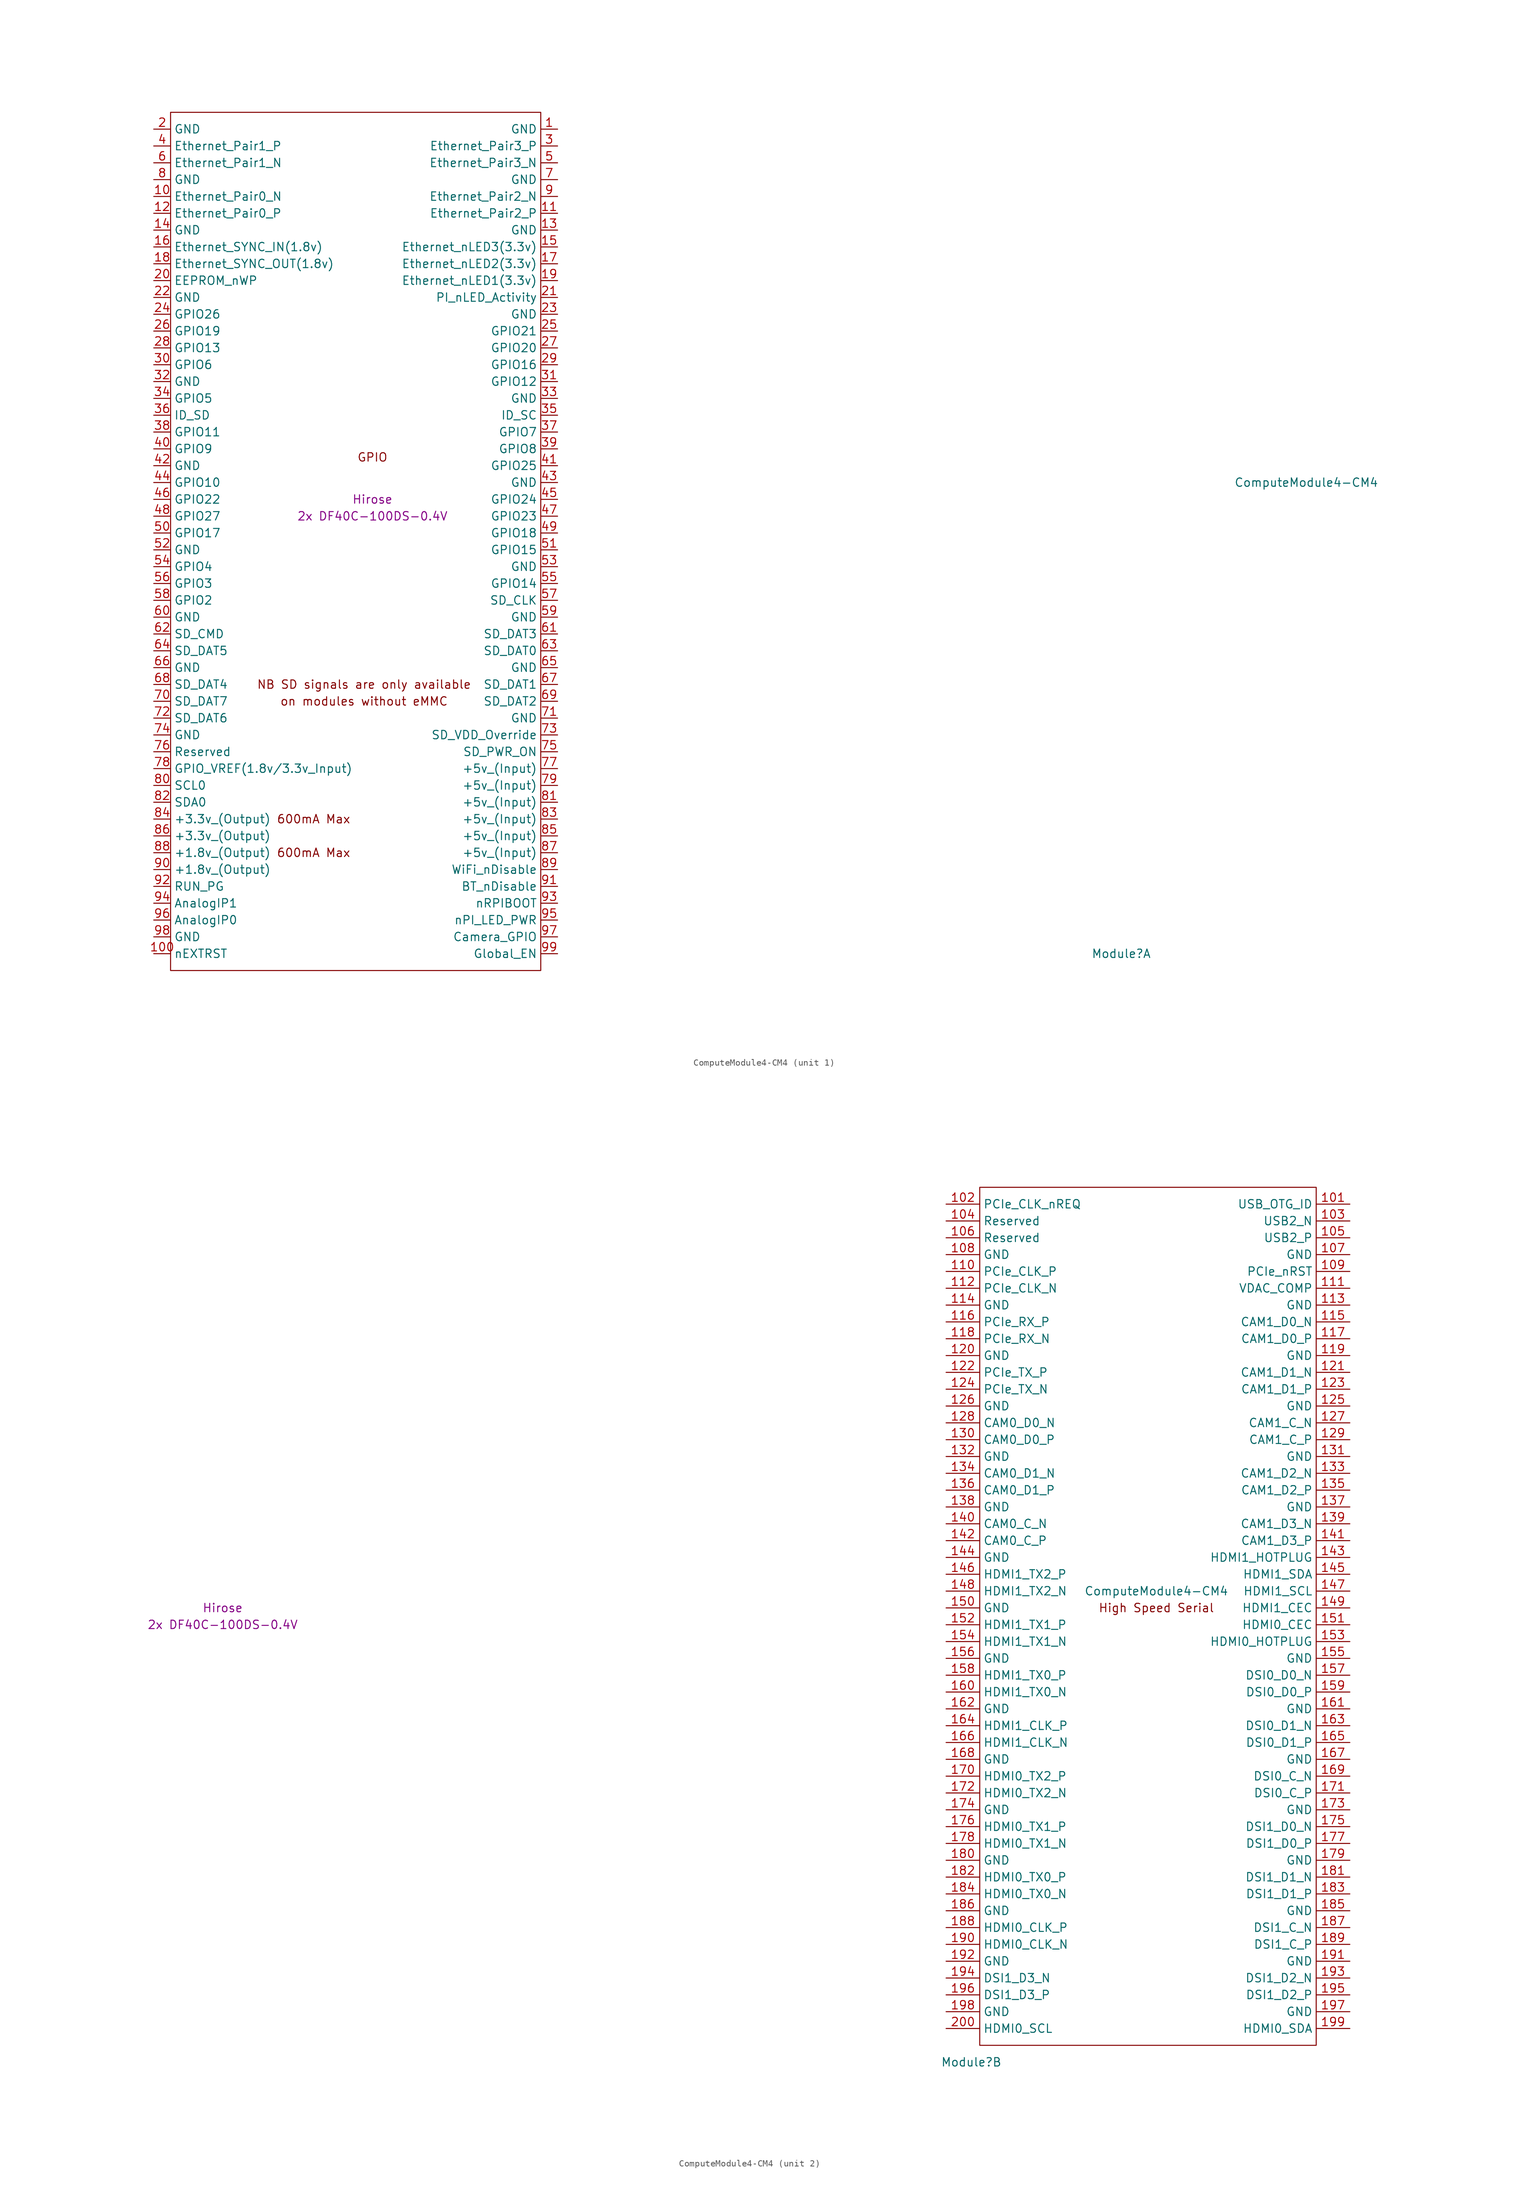
<source format=kicad_sym>
(kicad_symbol_lib
  (version 20231120)
  (generator "kicad_symbol_editor")
  (generator_version "8.0")
  (symbol "ComputeModule4-CM4"
    (property "Reference" "Module"
      (at 113.03 -68.58 0)
      (effects (font (size 1.27 1.27))))
    (property "Value" "ComputeModule4-CM4"
      (at 140.97 2.54 0)
      (effects (font (size 1.27 1.27))))
    (property "Field4" "Hirose"
      (at 0 0 0)
      (effects (font (size 1.27 1.27))))
    (property "Field5" "2x DF40C-100DS-0.4V"
      (at 0 -2.54 0)
      (effects (font (size 1.27 1.27))))
    (symbol "ComputeModule4-CM4_1_0"
      (text "GPIO" (at 0 6.35 0) (effects (font (size 1.27 1.27)))))
    (symbol "ComputeModule4-CM4_1_1"
      (rectangle (start -30.48 -71.12) (end 25.4 58.42) (stroke (width 0) (type default)) (fill (type none)))
      (text "600mA Max" (at -8.89 -53.34 0) (effects (font (size 1.27 1.27))))
      (text "600mA Max" (at -8.89 -48.26 0) (effects (font (size 1.27 1.27))))
      (text "NB SD signals are only available" (at -1.27 -27.94 0) (effects (font (size 1.27 1.27))))
      (text "on modules without eMMC" (at -1.27 -30.48 0) (effects (font (size 1.27 1.27))))
      (pin power_in line (at 27.94 55.88 180) (length 2.54) (name "GND" (effects (font (size 1.27 1.27)))) (number "1" (effects (font (size 1.27 1.27)))))
      (pin passive line (at -33.02 45.72 0) (length 2.54) (name "Ethernet_Pair0_N" (effects (font (size 1.27 1.27)))) (number "10" (effects (font (size 1.27 1.27)))))
      (pin output line (at -33.02 -68.58 0) (length 2.54) (name "nEXTRST" (effects (font (size 1.27 1.27)))) (number "100" (effects (font (size 1.27 1.27)))))
      (pin passive line (at 27.94 43.18 180) (length 2.54) (name "Ethernet_Pair2_P" (effects (font (size 1.27 1.27)))) (number "11" (effects (font (size 1.27 1.27)))))
      (pin passive line (at -33.02 43.18 0) (length 2.54) (name "Ethernet_Pair0_P" (effects (font (size 1.27 1.27)))) (number "12" (effects (font (size 1.27 1.27)))))
      (pin power_in line (at 27.94 40.64 180) (length 2.54) (name "GND" (effects (font (size 1.27 1.27)))) (number "13" (effects (font (size 1.27 1.27)))))
      (pin power_in line (at -33.02 40.64 0) (length 2.54) (name "GND" (effects (font (size 1.27 1.27)))) (number "14" (effects (font (size 1.27 1.27)))))
      (pin output line (at 27.94 38.1 180) (length 2.54) (name "Ethernet_nLED3(3.3v)" (effects (font (size 1.27 1.27)))) (number "15" (effects (font (size 1.27 1.27)))))
      (pin input line (at -33.02 38.1 0) (length 2.54) (name "Ethernet_SYNC_IN(1.8v)" (effects (font (size 1.27 1.27)))) (number "16" (effects (font (size 1.27 1.27)))))
      (pin output line (at 27.94 35.56 180) (length 2.54) (name "Ethernet_nLED2(3.3v)" (effects (font (size 1.27 1.27)))) (number "17" (effects (font (size 1.27 1.27)))))
      (pin input line (at -33.02 35.56 0) (length 2.54) (name "Ethernet_SYNC_OUT(1.8v)" (effects (font (size 1.27 1.27)))) (number "18" (effects (font (size 1.27 1.27)))))
      (pin output line (at 27.94 33.02 180) (length 2.54) (name "Ethernet_nLED1(3.3v)" (effects (font (size 1.27 1.27)))) (number "19" (effects (font (size 1.27 1.27)))))
      (pin power_in line (at -33.02 55.88 0) (length 2.54) (name "GND" (effects (font (size 1.27 1.27)))) (number "2" (effects (font (size 1.27 1.27)))))
      (pin passive line (at -33.02 33.02 0) (length 2.54) (name "EEPROM_nWP" (effects (font (size 1.27 1.27)))) (number "20" (effects (font (size 1.27 1.27)))))
      (pin open_collector line (at 27.94 30.48 180) (length 2.54) (name "PI_nLED_Activity" (effects (font (size 1.27 1.27)))) (number "21" (effects (font (size 1.27 1.27)))))
      (pin power_in line (at -33.02 30.48 0) (length 2.54) (name "GND" (effects (font (size 1.27 1.27)))) (number "22" (effects (font (size 1.27 1.27)))))
      (pin power_in line (at 27.94 27.94 180) (length 2.54) (name "GND" (effects (font (size 1.27 1.27)))) (number "23" (effects (font (size 1.27 1.27)))))
      (pin passive line (at -33.02 27.94 0) (length 2.54) (name "GPIO26" (effects (font (size 1.27 1.27)))) (number "24" (effects (font (size 1.27 1.27)))))
      (pin passive line (at 27.94 25.4 180) (length 2.54) (name "GPIO21" (effects (font (size 1.27 1.27)))) (number "25" (effects (font (size 1.27 1.27)))))
      (pin passive line (at -33.02 25.4 0) (length 2.54) (name "GPIO19" (effects (font (size 1.27 1.27)))) (number "26" (effects (font (size 1.27 1.27)))))
      (pin passive line (at 27.94 22.86 180) (length 2.54) (name "GPIO20" (effects (font (size 1.27 1.27)))) (number "27" (effects (font (size 1.27 1.27)))))
      (pin passive line (at -33.02 22.86 0) (length 2.54) (name "GPIO13" (effects (font (size 1.27 1.27)))) (number "28" (effects (font (size 1.27 1.27)))))
      (pin passive line (at 27.94 20.32 180) (length 2.54) (name "GPIO16" (effects (font (size 1.27 1.27)))) (number "29" (effects (font (size 1.27 1.27)))))
      (pin passive line (at 27.94 53.34 180) (length 2.54) (name "Ethernet_Pair3_P" (effects (font (size 1.27 1.27)))) (number "3" (effects (font (size 1.27 1.27)))))
      (pin passive line (at -33.02 20.32 0) (length 2.54) (name "GPIO6" (effects (font (size 1.27 1.27)))) (number "30" (effects (font (size 1.27 1.27)))))
      (pin passive line (at 27.94 17.78 180) (length 2.54) (name "GPIO12" (effects (font (size 1.27 1.27)))) (number "31" (effects (font (size 1.27 1.27)))))
      (pin power_in line (at -33.02 17.78 0) (length 2.54) (name "GND" (effects (font (size 1.27 1.27)))) (number "32" (effects (font (size 1.27 1.27)))))
      (pin power_in line (at 27.94 15.24 180) (length 2.54) (name "GND" (effects (font (size 1.27 1.27)))) (number "33" (effects (font (size 1.27 1.27)))))
      (pin passive line (at -33.02 15.24 0) (length 2.54) (name "GPIO5" (effects (font (size 1.27 1.27)))) (number "34" (effects (font (size 1.27 1.27)))))
      (pin passive line (at 27.94 12.7 180) (length 2.54) (name "ID_SC" (effects (font (size 1.27 1.27)))) (number "35" (effects (font (size 1.27 1.27)))))
      (pin passive line (at -33.02 12.7 0) (length 2.54) (name "ID_SD" (effects (font (size 1.27 1.27)))) (number "36" (effects (font (size 1.27 1.27)))))
      (pin passive line (at 27.94 10.16 180) (length 2.54) (name "GPIO7" (effects (font (size 1.27 1.27)))) (number "37" (effects (font (size 1.27 1.27)))))
      (pin passive line (at -33.02 10.16 0) (length 2.54) (name "GPIO11" (effects (font (size 1.27 1.27)))) (number "38" (effects (font (size 1.27 1.27)))))
      (pin passive line (at 27.94 7.62 180) (length 2.54) (name "GPIO8" (effects (font (size 1.27 1.27)))) (number "39" (effects (font (size 1.27 1.27)))))
      (pin passive line (at -33.02 53.34 0) (length 2.54) (name "Ethernet_Pair1_P" (effects (font (size 1.27 1.27)))) (number "4" (effects (font (size 1.27 1.27)))))
      (pin passive line (at -33.02 7.62 0) (length 2.54) (name "GPIO9" (effects (font (size 1.27 1.27)))) (number "40" (effects (font (size 1.27 1.27)))))
      (pin passive line (at 27.94 5.08 180) (length 2.54) (name "GPIO25" (effects (font (size 1.27 1.27)))) (number "41" (effects (font (size 1.27 1.27)))))
      (pin power_in line (at -33.02 5.08 0) (length 2.54) (name "GND" (effects (font (size 1.27 1.27)))) (number "42" (effects (font (size 1.27 1.27)))))
      (pin power_in line (at 27.94 2.54 180) (length 2.54) (name "GND" (effects (font (size 1.27 1.27)))) (number "43" (effects (font (size 1.27 1.27)))))
      (pin passive line (at -33.02 2.54 0) (length 2.54) (name "GPIO10" (effects (font (size 1.27 1.27)))) (number "44" (effects (font (size 1.27 1.27)))))
      (pin passive line (at 27.94 0 180) (length 2.54) (name "GPIO24" (effects (font (size 1.27 1.27)))) (number "45" (effects (font (size 1.27 1.27)))))
      (pin passive line (at -33.02 0 0) (length 2.54) (name "GPIO22" (effects (font (size 1.27 1.27)))) (number "46" (effects (font (size 1.27 1.27)))))
      (pin passive line (at 27.94 -2.54 180) (length 2.54) (name "GPIO23" (effects (font (size 1.27 1.27)))) (number "47" (effects (font (size 1.27 1.27)))))
      (pin passive line (at -33.02 -2.54 0) (length 2.54) (name "GPIO27" (effects (font (size 1.27 1.27)))) (number "48" (effects (font (size 1.27 1.27)))))
      (pin passive line (at 27.94 -5.08 180) (length 2.54) (name "GPIO18" (effects (font (size 1.27 1.27)))) (number "49" (effects (font (size 1.27 1.27)))))
      (pin passive line (at 27.94 50.8 180) (length 2.54) (name "Ethernet_Pair3_N" (effects (font (size 1.27 1.27)))) (number "5" (effects (font (size 1.27 1.27)))))
      (pin passive line (at -33.02 -5.08 0) (length 2.54) (name "GPIO17" (effects (font (size 1.27 1.27)))) (number "50" (effects (font (size 1.27 1.27)))))
      (pin passive line (at 27.94 -7.62 180) (length 2.54) (name "GPIO15" (effects (font (size 1.27 1.27)))) (number "51" (effects (font (size 1.27 1.27)))))
      (pin power_in line (at -33.02 -7.62 0) (length 2.54) (name "GND" (effects (font (size 1.27 1.27)))) (number "52" (effects (font (size 1.27 1.27)))))
      (pin power_in line (at 27.94 -10.16 180) (length 2.54) (name "GND" (effects (font (size 1.27 1.27)))) (number "53" (effects (font (size 1.27 1.27)))))
      (pin passive line (at -33.02 -10.16 0) (length 2.54) (name "GPIO4" (effects (font (size 1.27 1.27)))) (number "54" (effects (font (size 1.27 1.27)))))
      (pin passive line (at 27.94 -12.7 180) (length 2.54) (name "GPIO14" (effects (font (size 1.27 1.27)))) (number "55" (effects (font (size 1.27 1.27)))))
      (pin passive line (at -33.02 -12.7 0) (length 2.54) (name "GPIO3" (effects (font (size 1.27 1.27)))) (number "56" (effects (font (size 1.27 1.27)))))
      (pin passive line (at 27.94 -15.24 180) (length 2.54) (name "SD_CLK" (effects (font (size 1.27 1.27)))) (number "57" (effects (font (size 1.27 1.27)))))
      (pin passive line (at -33.02 -15.24 0) (length 2.54) (name "GPIO2" (effects (font (size 1.27 1.27)))) (number "58" (effects (font (size 1.27 1.27)))))
      (pin power_in line (at 27.94 -17.78 180) (length 2.54) (name "GND" (effects (font (size 1.27 1.27)))) (number "59" (effects (font (size 1.27 1.27)))))
      (pin passive line (at -33.02 50.8 0) (length 2.54) (name "Ethernet_Pair1_N" (effects (font (size 1.27 1.27)))) (number "6" (effects (font (size 1.27 1.27)))))
      (pin power_in line (at -33.02 -17.78 0) (length 2.54) (name "GND" (effects (font (size 1.27 1.27)))) (number "60" (effects (font (size 1.27 1.27)))))
      (pin passive line (at 27.94 -20.32 180) (length 2.54) (name "SD_DAT3" (effects (font (size 1.27 1.27)))) (number "61" (effects (font (size 1.27 1.27)))))
      (pin passive line (at -33.02 -20.32 0) (length 2.54) (name "SD_CMD" (effects (font (size 1.27 1.27)))) (number "62" (effects (font (size 1.27 1.27)))))
      (pin passive line (at 27.94 -22.86 180) (length 2.54) (name "SD_DAT0" (effects (font (size 1.27 1.27)))) (number "63" (effects (font (size 1.27 1.27)))))
      (pin passive line (at -33.02 -22.86 0) (length 2.54) (name "SD_DAT5" (effects (font (size 1.27 1.27)))) (number "64" (effects (font (size 1.27 1.27)))))
      (pin power_in line (at 27.94 -25.4 180) (length 2.54) (name "GND" (effects (font (size 1.27 1.27)))) (number "65" (effects (font (size 1.27 1.27)))))
      (pin power_in line (at -33.02 -25.4 0) (length 2.54) (name "GND" (effects (font (size 1.27 1.27)))) (number "66" (effects (font (size 1.27 1.27)))))
      (pin passive line (at 27.94 -27.94 180) (length 2.54) (name "SD_DAT1" (effects (font (size 1.27 1.27)))) (number "67" (effects (font (size 1.27 1.27)))))
      (pin passive line (at -33.02 -27.94 0) (length 2.54) (name "SD_DAT4" (effects (font (size 1.27 1.27)))) (number "68" (effects (font (size 1.27 1.27)))))
      (pin passive line (at 27.94 -30.48 180) (length 2.54) (name "SD_DAT2" (effects (font (size 1.27 1.27)))) (number "69" (effects (font (size 1.27 1.27)))))
      (pin power_in line (at 27.94 48.26 180) (length 2.54) (name "GND" (effects (font (size 1.27 1.27)))) (number "7" (effects (font (size 1.27 1.27)))))
      (pin passive line (at -33.02 -30.48 0) (length 2.54) (name "SD_DAT7" (effects (font (size 1.27 1.27)))) (number "70" (effects (font (size 1.27 1.27)))))
      (pin power_in line (at 27.94 -33.02 180) (length 2.54) (name "GND" (effects (font (size 1.27 1.27)))) (number "71" (effects (font (size 1.27 1.27)))))
      (pin passive line (at -33.02 -33.02 0) (length 2.54) (name "SD_DAT6" (effects (font (size 1.27 1.27)))) (number "72" (effects (font (size 1.27 1.27)))))
      (pin input line (at 27.94 -35.56 180) (length 2.54) (name "SD_VDD_Override" (effects (font (size 1.27 1.27)))) (number "73" (effects (font (size 1.27 1.27)))))
      (pin power_in line (at -33.02 -35.56 0) (length 2.54) (name "GND" (effects (font (size 1.27 1.27)))) (number "74" (effects (font (size 1.27 1.27)))))
      (pin output line (at 27.94 -38.1 180) (length 2.54) (name "SD_PWR_ON" (effects (font (size 1.27 1.27)))) (number "75" (effects (font (size 1.27 1.27)))))
      (pin passive line (at -33.02 -38.1 0) (length 2.54) (name "Reserved" (effects (font (size 1.27 1.27)))) (number "76" (effects (font (size 1.27 1.27)))))
      (pin power_in line (at 27.94 -40.64 180) (length 2.54) (name "+5v_(Input)" (effects (font (size 1.27 1.27)))) (number "77" (effects (font (size 1.27 1.27)))))
      (pin power_in line (at -33.02 -40.64 0) (length 2.54) (name "GPIO_VREF(1.8v/3.3v_Input)" (effects (font (size 1.27 1.27)))) (number "78" (effects (font (size 1.27 1.27)))))
      (pin power_in line (at 27.94 -43.18 180) (length 2.54) (name "+5v_(Input)" (effects (font (size 1.27 1.27)))) (number "79" (effects (font (size 1.27 1.27)))))
      (pin power_in line (at -33.02 48.26 0) (length 2.54) (name "GND" (effects (font (size 1.27 1.27)))) (number "8" (effects (font (size 1.27 1.27)))))
      (pin passive line (at -33.02 -43.18 0) (length 2.54) (name "SCL0" (effects (font (size 1.27 1.27)))) (number "80" (effects (font (size 1.27 1.27)))))
      (pin power_in line (at 27.94 -45.72 180) (length 2.54) (name "+5v_(Input)" (effects (font (size 1.27 1.27)))) (number "81" (effects (font (size 1.27 1.27)))))
      (pin passive line (at -33.02 -45.72 0) (length 2.54) (name "SDA0" (effects (font (size 1.27 1.27)))) (number "82" (effects (font (size 1.27 1.27)))))
      (pin power_in line (at 27.94 -48.26 180) (length 2.54) (name "+5v_(Input)" (effects (font (size 1.27 1.27)))) (number "83" (effects (font (size 1.27 1.27)))))
      (pin power_out line (at -33.02 -48.26 0) (length 2.54) (name "+3.3v_(Output)" (effects (font (size 1.27 1.27)))) (number "84" (effects (font (size 1.27 1.27)))))
      (pin power_in line (at 27.94 -50.8 180) (length 2.54) (name "+5v_(Input)" (effects (font (size 1.27 1.27)))) (number "85" (effects (font (size 1.27 1.27)))))
      (pin power_out line (at -33.02 -50.8 0) (length 2.54) (name "+3.3v_(Output)" (effects (font (size 1.27 1.27)))) (number "86" (effects (font (size 1.27 1.27)))))
      (pin power_in line (at 27.94 -53.34 180) (length 2.54) (name "+5v_(Input)" (effects (font (size 1.27 1.27)))) (number "87" (effects (font (size 1.27 1.27)))))
      (pin power_out line (at -33.02 -53.34 0) (length 2.54) (name "+1.8v_(Output)" (effects (font (size 1.27 1.27)))) (number "88" (effects (font (size 1.27 1.27)))))
      (pin power_in line (at 27.94 -55.88 180) (length 2.54) (name "WiFi_nDisable" (effects (font (size 1.27 1.27)))) (number "89" (effects (font (size 1.27 1.27)))))
      (pin passive line (at 27.94 45.72 180) (length 2.54) (name "Ethernet_Pair2_N" (effects (font (size 1.27 1.27)))) (number "9" (effects (font (size 1.27 1.27)))))
      (pin power_out line (at -33.02 -55.88 0) (length 2.54) (name "+1.8v_(Output)" (effects (font (size 1.27 1.27)))) (number "90" (effects (font (size 1.27 1.27)))))
      (pin power_in line (at 27.94 -58.42 180) (length 2.54) (name "BT_nDisable" (effects (font (size 1.27 1.27)))) (number "91" (effects (font (size 1.27 1.27)))))
      (pin passive line (at -33.02 -58.42 0) (length 2.54) (name "RUN_PG" (effects (font (size 1.27 1.27)))) (number "92" (effects (font (size 1.27 1.27)))))
      (pin input line (at 27.94 -60.96 180) (length 2.54) (name "nRPIBOOT" (effects (font (size 1.27 1.27)))) (number "93" (effects (font (size 1.27 1.27)))))
      (pin passive line (at -33.02 -60.96 0) (length 2.54) (name "AnalogIP1" (effects (font (size 1.27 1.27)))) (number "94" (effects (font (size 1.27 1.27)))))
      (pin output line (at 27.94 -63.5 180) (length 2.54) (name "nPI_LED_PWR" (effects (font (size 1.27 1.27)))) (number "95" (effects (font (size 1.27 1.27)))))
      (pin passive line (at -33.02 -63.5 0) (length 2.54) (name "AnalogIP0" (effects (font (size 1.27 1.27)))) (number "96" (effects (font (size 1.27 1.27)))))
      (pin passive line (at 27.94 -66.04 180) (length 2.54) (name "Camera_GPIO" (effects (font (size 1.27 1.27)))) (number "97" (effects (font (size 1.27 1.27)))))
      (pin power_in line (at -33.02 -66.04 0) (length 2.54) (name "GND" (effects (font (size 1.27 1.27)))) (number "98" (effects (font (size 1.27 1.27)))))
      (pin input line (at 27.94 -68.58 180) (length 2.54) (name "Global_EN" (effects (font (size 1.27 1.27)))) (number "99" (effects (font (size 1.27 1.27))))))
    (symbol "ComputeModule4-CM4_2_1"
      (rectangle (start 114.3 -66.04) (end 165.1 63.5) (stroke (width 0) (type default)) (fill (type none)))
      (text "High Speed Serial" (at 140.97 0 0) (effects (font (size 1.27 1.27))))
      (pin input line (at 170.18 60.96 180) (length 5.08) (name "USB_OTG_ID" (effects (font (size 1.27 1.27)))) (number "101" (effects (font (size 1.27 1.27)))))
      (pin input line (at 109.22 60.96 0) (length 5.08) (name "PCIe_CLK_nREQ" (effects (font (size 1.27 1.27)))) (number "102" (effects (font (size 1.27 1.27)))))
      (pin passive line (at 170.18 58.42 180) (length 5.08) (name "USB2_N" (effects (font (size 1.27 1.27)))) (number "103" (effects (font (size 1.27 1.27)))))
      (pin passive line (at 109.22 58.42 0) (length 5.08) (name "Reserved" (effects (font (size 1.27 1.27)))) (number "104" (effects (font (size 1.27 1.27)))))
      (pin passive line (at 170.18 55.88 180) (length 5.08) (name "USB2_P" (effects (font (size 1.27 1.27)))) (number "105" (effects (font (size 1.27 1.27)))))
      (pin passive line (at 109.22 55.88 0) (length 5.08) (name "Reserved" (effects (font (size 1.27 1.27)))) (number "106" (effects (font (size 1.27 1.27)))))
      (pin power_in line (at 170.18 53.34 180) (length 5.08) (name "GND" (effects (font (size 1.27 1.27)))) (number "107" (effects (font (size 1.27 1.27)))))
      (pin power_in line (at 109.22 53.34 0) (length 5.08) (name "GND" (effects (font (size 1.27 1.27)))) (number "108" (effects (font (size 1.27 1.27)))))
      (pin bidirectional line (at 170.18 50.8 180) (length 5.08) (name "PCIe_nRST" (effects (font (size 1.27 1.27)))) (number "109" (effects (font (size 1.27 1.27)))))
      (pin output line (at 109.22 50.8 0) (length 5.08) (name "PCIe_CLK_P" (effects (font (size 1.27 1.27)))) (number "110" (effects (font (size 1.27 1.27)))))
      (pin passive line (at 170.18 48.26 180) (length 5.08) (name "VDAC_COMP" (effects (font (size 1.27 1.27)))) (number "111" (effects (font (size 1.27 1.27)))))
      (pin output line (at 109.22 48.26 0) (length 5.08) (name "PCIe_CLK_N" (effects (font (size 1.27 1.27)))) (number "112" (effects (font (size 1.27 1.27)))))
      (pin power_in line (at 170.18 45.72 180) (length 5.08) (name "GND" (effects (font (size 1.27 1.27)))) (number "113" (effects (font (size 1.27 1.27)))))
      (pin power_in line (at 109.22 45.72 0) (length 5.08) (name "GND" (effects (font (size 1.27 1.27)))) (number "114" (effects (font (size 1.27 1.27)))))
      (pin input line (at 170.18 43.18 180) (length 5.08) (name "CAM1_D0_N" (effects (font (size 1.27 1.27)))) (number "115" (effects (font (size 1.27 1.27)))))
      (pin input line (at 109.22 43.18 0) (length 5.08) (name "PCIe_RX_P" (effects (font (size 1.27 1.27)))) (number "116" (effects (font (size 1.27 1.27)))))
      (pin input line (at 170.18 40.64 180) (length 5.08) (name "CAM1_D0_P" (effects (font (size 1.27 1.27)))) (number "117" (effects (font (size 1.27 1.27)))))
      (pin input line (at 109.22 40.64 0) (length 5.08) (name "PCIe_RX_N" (effects (font (size 1.27 1.27)))) (number "118" (effects (font (size 1.27 1.27)))))
      (pin power_in line (at 170.18 38.1 180) (length 5.08) (name "GND" (effects (font (size 1.27 1.27)))) (number "119" (effects (font (size 1.27 1.27)))))
      (pin power_in line (at 109.22 38.1 0) (length 5.08) (name "GND" (effects (font (size 1.27 1.27)))) (number "120" (effects (font (size 1.27 1.27)))))
      (pin input line (at 170.18 35.56 180) (length 5.08) (name "CAM1_D1_N" (effects (font (size 1.27 1.27)))) (number "121" (effects (font (size 1.27 1.27)))))
      (pin output line (at 109.22 35.56 0) (length 5.08) (name "PCIe_TX_P" (effects (font (size 1.27 1.27)))) (number "122" (effects (font (size 1.27 1.27)))))
      (pin input line (at 170.18 33.02 180) (length 5.08) (name "CAM1_D1_P" (effects (font (size 1.27 1.27)))) (number "123" (effects (font (size 1.27 1.27)))))
      (pin output line (at 109.22 33.02 0) (length 5.08) (name "PCIe_TX_N" (effects (font (size 1.27 1.27)))) (number "124" (effects (font (size 1.27 1.27)))))
      (pin power_in line (at 170.18 30.48 180) (length 5.08) (name "GND" (effects (font (size 1.27 1.27)))) (number "125" (effects (font (size 1.27 1.27)))))
      (pin power_in line (at 109.22 30.48 0) (length 5.08) (name "GND" (effects (font (size 1.27 1.27)))) (number "126" (effects (font (size 1.27 1.27)))))
      (pin input line (at 170.18 27.94 180) (length 5.08) (name "CAM1_C_N" (effects (font (size 1.27 1.27)))) (number "127" (effects (font (size 1.27 1.27)))))
      (pin input line (at 109.22 27.94 0) (length 5.08) (name "CAM0_D0_N" (effects (font (size 1.27 1.27)))) (number "128" (effects (font (size 1.27 1.27)))))
      (pin input line (at 170.18 25.4 180) (length 5.08) (name "CAM1_C_P" (effects (font (size 1.27 1.27)))) (number "129" (effects (font (size 1.27 1.27)))))
      (pin input line (at 109.22 25.4 0) (length 5.08) (name "CAM0_D0_P" (effects (font (size 1.27 1.27)))) (number "130" (effects (font (size 1.27 1.27)))))
      (pin power_in line (at 170.18 22.86 180) (length 5.08) (name "GND" (effects (font (size 1.27 1.27)))) (number "131" (effects (font (size 1.27 1.27)))))
      (pin power_in line (at 109.22 22.86 0) (length 5.08) (name "GND" (effects (font (size 1.27 1.27)))) (number "132" (effects (font (size 1.27 1.27)))))
      (pin input line (at 170.18 20.32 180) (length 5.08) (name "CAM1_D2_N" (effects (font (size 1.27 1.27)))) (number "133" (effects (font (size 1.27 1.27)))))
      (pin input line (at 109.22 20.32 0) (length 5.08) (name "CAM0_D1_N" (effects (font (size 1.27 1.27)))) (number "134" (effects (font (size 1.27 1.27)))))
      (pin input line (at 170.18 17.78 180) (length 5.08) (name "CAM1_D2_P" (effects (font (size 1.27 1.27)))) (number "135" (effects (font (size 1.27 1.27)))))
      (pin input line (at 109.22 17.78 0) (length 5.08) (name "CAM0_D1_P" (effects (font (size 1.27 1.27)))) (number "136" (effects (font (size 1.27 1.27)))))
      (pin power_in line (at 170.18 15.24 180) (length 5.08) (name "GND" (effects (font (size 1.27 1.27)))) (number "137" (effects (font (size 1.27 1.27)))))
      (pin power_in line (at 109.22 15.24 0) (length 5.08) (name "GND" (effects (font (size 1.27 1.27)))) (number "138" (effects (font (size 1.27 1.27)))))
      (pin input line (at 170.18 12.7 180) (length 5.08) (name "CAM1_D3_N" (effects (font (size 1.27 1.27)))) (number "139" (effects (font (size 1.27 1.27)))))
      (pin input line (at 109.22 12.7 0) (length 5.08) (name "CAM0_C_N" (effects (font (size 1.27 1.27)))) (number "140" (effects (font (size 1.27 1.27)))))
      (pin input line (at 170.18 10.16 180) (length 5.08) (name "CAM1_D3_P" (effects (font (size 1.27 1.27)))) (number "141" (effects (font (size 1.27 1.27)))))
      (pin input line (at 109.22 10.16 0) (length 5.08) (name "CAM0_C_P" (effects (font (size 1.27 1.27)))) (number "142" (effects (font (size 1.27 1.27)))))
      (pin input line (at 170.18 7.62 180) (length 5.08) (name "HDMI1_HOTPLUG" (effects (font (size 1.27 1.27)))) (number "143" (effects (font (size 1.27 1.27)))))
      (pin power_in line (at 109.22 7.62 0) (length 5.08) (name "GND" (effects (font (size 1.27 1.27)))) (number "144" (effects (font (size 1.27 1.27)))))
      (pin bidirectional line (at 170.18 5.08 180) (length 5.08) (name "HDMI1_SDA" (effects (font (size 1.27 1.27)))) (number "145" (effects (font (size 1.27 1.27)))))
      (pin output line (at 109.22 5.08 0) (length 5.08) (name "HDMI1_TX2_P" (effects (font (size 1.27 1.27)))) (number "146" (effects (font (size 1.27 1.27)))))
      (pin open_collector line (at 170.18 2.54 180) (length 5.08) (name "HDMI1_SCL" (effects (font (size 1.27 1.27)))) (number "147" (effects (font (size 1.27 1.27)))))
      (pin output line (at 109.22 2.54 0) (length 5.08) (name "HDMI1_TX2_N" (effects (font (size 1.27 1.27)))) (number "148" (effects (font (size 1.27 1.27)))))
      (pin open_collector line (at 170.18 0 180) (length 5.08) (name "HDMI1_CEC" (effects (font (size 1.27 1.27)))) (number "149" (effects (font (size 1.27 1.27)))))
      (pin power_in line (at 109.22 0 0) (length 5.08) (name "GND" (effects (font (size 1.27 1.27)))) (number "150" (effects (font (size 1.27 1.27)))))
      (pin open_collector line (at 170.18 -2.54 180) (length 5.08) (name "HDMI0_CEC" (effects (font (size 1.27 1.27)))) (number "151" (effects (font (size 1.27 1.27)))))
      (pin output line (at 109.22 -2.54 0) (length 5.08) (name "HDMI1_TX1_P" (effects (font (size 1.27 1.27)))) (number "152" (effects (font (size 1.27 1.27)))))
      (pin input line (at 170.18 -5.08 180) (length 5.08) (name "HDMI0_HOTPLUG" (effects (font (size 1.27 1.27)))) (number "153" (effects (font (size 1.27 1.27)))))
      (pin output line (at 109.22 -5.08 0) (length 5.08) (name "HDMI1_TX1_N" (effects (font (size 1.27 1.27)))) (number "154" (effects (font (size 1.27 1.27)))))
      (pin power_in line (at 170.18 -7.62 180) (length 5.08) (name "GND" (effects (font (size 1.27 1.27)))) (number "155" (effects (font (size 1.27 1.27)))))
      (pin power_in line (at 109.22 -7.62 0) (length 5.08) (name "GND" (effects (font (size 1.27 1.27)))) (number "156" (effects (font (size 1.27 1.27)))))
      (pin output line (at 170.18 -10.16 180) (length 5.08) (name "DSI0_D0_N" (effects (font (size 1.27 1.27)))) (number "157" (effects (font (size 1.27 1.27)))))
      (pin output line (at 109.22 -10.16 0) (length 5.08) (name "HDMI1_TX0_P" (effects (font (size 1.27 1.27)))) (number "158" (effects (font (size 1.27 1.27)))))
      (pin output line (at 170.18 -12.7 180) (length 5.08) (name "DSI0_D0_P" (effects (font (size 1.27 1.27)))) (number "159" (effects (font (size 1.27 1.27)))))
      (pin output line (at 109.22 -12.7 0) (length 5.08) (name "HDMI1_TX0_N" (effects (font (size 1.27 1.27)))) (number "160" (effects (font (size 1.27 1.27)))))
      (pin power_in line (at 170.18 -15.24 180) (length 5.08) (name "GND" (effects (font (size 1.27 1.27)))) (number "161" (effects (font (size 1.27 1.27)))))
      (pin power_in line (at 109.22 -15.24 0) (length 5.08) (name "GND" (effects (font (size 1.27 1.27)))) (number "162" (effects (font (size 1.27 1.27)))))
      (pin output line (at 170.18 -17.78 180) (length 5.08) (name "DSI0_D1_N" (effects (font (size 1.27 1.27)))) (number "163" (effects (font (size 1.27 1.27)))))
      (pin output line (at 109.22 -17.78 0) (length 5.08) (name "HDMI1_CLK_P" (effects (font (size 1.27 1.27)))) (number "164" (effects (font (size 1.27 1.27)))))
      (pin output line (at 170.18 -20.32 180) (length 5.08) (name "DSI0_D1_P" (effects (font (size 1.27 1.27)))) (number "165" (effects (font (size 1.27 1.27)))))
      (pin output line (at 109.22 -20.32 0) (length 5.08) (name "HDMI1_CLK_N" (effects (font (size 1.27 1.27)))) (number "166" (effects (font (size 1.27 1.27)))))
      (pin power_in line (at 170.18 -22.86 180) (length 5.08) (name "GND" (effects (font (size 1.27 1.27)))) (number "167" (effects (font (size 1.27 1.27)))))
      (pin power_in line (at 109.22 -22.86 0) (length 5.08) (name "GND" (effects (font (size 1.27 1.27)))) (number "168" (effects (font (size 1.27 1.27)))))
      (pin output line (at 170.18 -25.4 180) (length 5.08) (name "DSI0_C_N" (effects (font (size 1.27 1.27)))) (number "169" (effects (font (size 1.27 1.27)))))
      (pin output line (at 109.22 -25.4 0) (length 5.08) (name "HDMI0_TX2_P" (effects (font (size 1.27 1.27)))) (number "170" (effects (font (size 1.27 1.27)))))
      (pin output line (at 170.18 -27.94 180) (length 5.08) (name "DSI0_C_P" (effects (font (size 1.27 1.27)))) (number "171" (effects (font (size 1.27 1.27)))))
      (pin output line (at 109.22 -27.94 0) (length 5.08) (name "HDMI0_TX2_N" (effects (font (size 1.27 1.27)))) (number "172" (effects (font (size 1.27 1.27)))))
      (pin power_in line (at 170.18 -30.48 180) (length 5.08) (name "GND" (effects (font (size 1.27 1.27)))) (number "173" (effects (font (size 1.27 1.27)))))
      (pin power_in line (at 109.22 -30.48 0) (length 5.08) (name "GND" (effects (font (size 1.27 1.27)))) (number "174" (effects (font (size 1.27 1.27)))))
      (pin output line (at 170.18 -33.02 180) (length 5.08) (name "DSI1_D0_N" (effects (font (size 1.27 1.27)))) (number "175" (effects (font (size 1.27 1.27)))))
      (pin output line (at 109.22 -33.02 0) (length 5.08) (name "HDMI0_TX1_P" (effects (font (size 1.27 1.27)))) (number "176" (effects (font (size 1.27 1.27)))))
      (pin output line (at 170.18 -35.56 180) (length 5.08) (name "DSI1_D0_P" (effects (font (size 1.27 1.27)))) (number "177" (effects (font (size 1.27 1.27)))))
      (pin output line (at 109.22 -35.56 0) (length 5.08) (name "HDMI0_TX1_N" (effects (font (size 1.27 1.27)))) (number "178" (effects (font (size 1.27 1.27)))))
      (pin power_in line (at 170.18 -38.1 180) (length 5.08) (name "GND" (effects (font (size 1.27 1.27)))) (number "179" (effects (font (size 1.27 1.27)))))
      (pin power_in line (at 109.22 -38.1 0) (length 5.08) (name "GND" (effects (font (size 1.27 1.27)))) (number "180" (effects (font (size 1.27 1.27)))))
      (pin output line (at 170.18 -40.64 180) (length 5.08) (name "DSI1_D1_N" (effects (font (size 1.27 1.27)))) (number "181" (effects (font (size 1.27 1.27)))))
      (pin output line (at 109.22 -40.64 0) (length 5.08) (name "HDMI0_TX0_P" (effects (font (size 1.27 1.27)))) (number "182" (effects (font (size 1.27 1.27)))))
      (pin output line (at 170.18 -43.18 180) (length 5.08) (name "DSI1_D1_P" (effects (font (size 1.27 1.27)))) (number "183" (effects (font (size 1.27 1.27)))))
      (pin output line (at 109.22 -43.18 0) (length 5.08) (name "HDMI0_TX0_N" (effects (font (size 1.27 1.27)))) (number "184" (effects (font (size 1.27 1.27)))))
      (pin power_in line (at 170.18 -45.72 180) (length 5.08) (name "GND" (effects (font (size 1.27 1.27)))) (number "185" (effects (font (size 1.27 1.27)))))
      (pin power_in line (at 109.22 -45.72 0) (length 5.08) (name "GND" (effects (font (size 1.27 1.27)))) (number "186" (effects (font (size 1.27 1.27)))))
      (pin output line (at 170.18 -48.26 180) (length 5.08) (name "DSI1_C_N" (effects (font (size 1.27 1.27)))) (number "187" (effects (font (size 1.27 1.27)))))
      (pin output line (at 109.22 -48.26 0) (length 5.08) (name "HDMI0_CLK_P" (effects (font (size 1.27 1.27)))) (number "188" (effects (font (size 1.27 1.27)))))
      (pin output line (at 170.18 -50.8 180) (length 5.08) (name "DSI1_C_P" (effects (font (size 1.27 1.27)))) (number "189" (effects (font (size 1.27 1.27)))))
      (pin output line (at 109.22 -50.8 0) (length 5.08) (name "HDMI0_CLK_N" (effects (font (size 1.27 1.27)))) (number "190" (effects (font (size 1.27 1.27)))))
      (pin power_in line (at 170.18 -53.34 180) (length 5.08) (name "GND" (effects (font (size 1.27 1.27)))) (number "191" (effects (font (size 1.27 1.27)))))
      (pin power_in line (at 109.22 -53.34 0) (length 5.08) (name "GND" (effects (font (size 1.27 1.27)))) (number "192" (effects (font (size 1.27 1.27)))))
      (pin output line (at 170.18 -55.88 180) (length 5.08) (name "DSI1_D2_N" (effects (font (size 1.27 1.27)))) (number "193" (effects (font (size 1.27 1.27)))))
      (pin output line (at 109.22 -55.88 0) (length 5.08) (name "DSI1_D3_N" (effects (font (size 1.27 1.27)))) (number "194" (effects (font (size 1.27 1.27)))))
      (pin output line (at 170.18 -58.42 180) (length 5.08) (name "DSI1_D2_P" (effects (font (size 1.27 1.27)))) (number "195" (effects (font (size 1.27 1.27)))))
      (pin output line (at 109.22 -58.42 0) (length 5.08) (name "DSI1_D3_P" (effects (font (size 1.27 1.27)))) (number "196" (effects (font (size 1.27 1.27)))))
      (pin power_in line (at 170.18 -60.96 180) (length 5.08) (name "GND" (effects (font (size 1.27 1.27)))) (number "197" (effects (font (size 1.27 1.27)))))
      (pin power_in line (at 109.22 -60.96 0) (length 5.08) (name "GND" (effects (font (size 1.27 1.27)))) (number "198" (effects (font (size 1.27 1.27)))))
      (pin bidirectional line (at 170.18 -63.5 180) (length 5.08) (name "HDMI0_SDA" (effects (font (size 1.27 1.27)))) (number "199" (effects (font (size 1.27 1.27)))))
      (pin open_collector line (at 109.22 -63.5 0) (length 5.08) (name "HDMI0_SCL" (effects (font (size 1.27 1.27)))) (number "200" (effects (font (size 1.27 1.27))))))))
</source>
